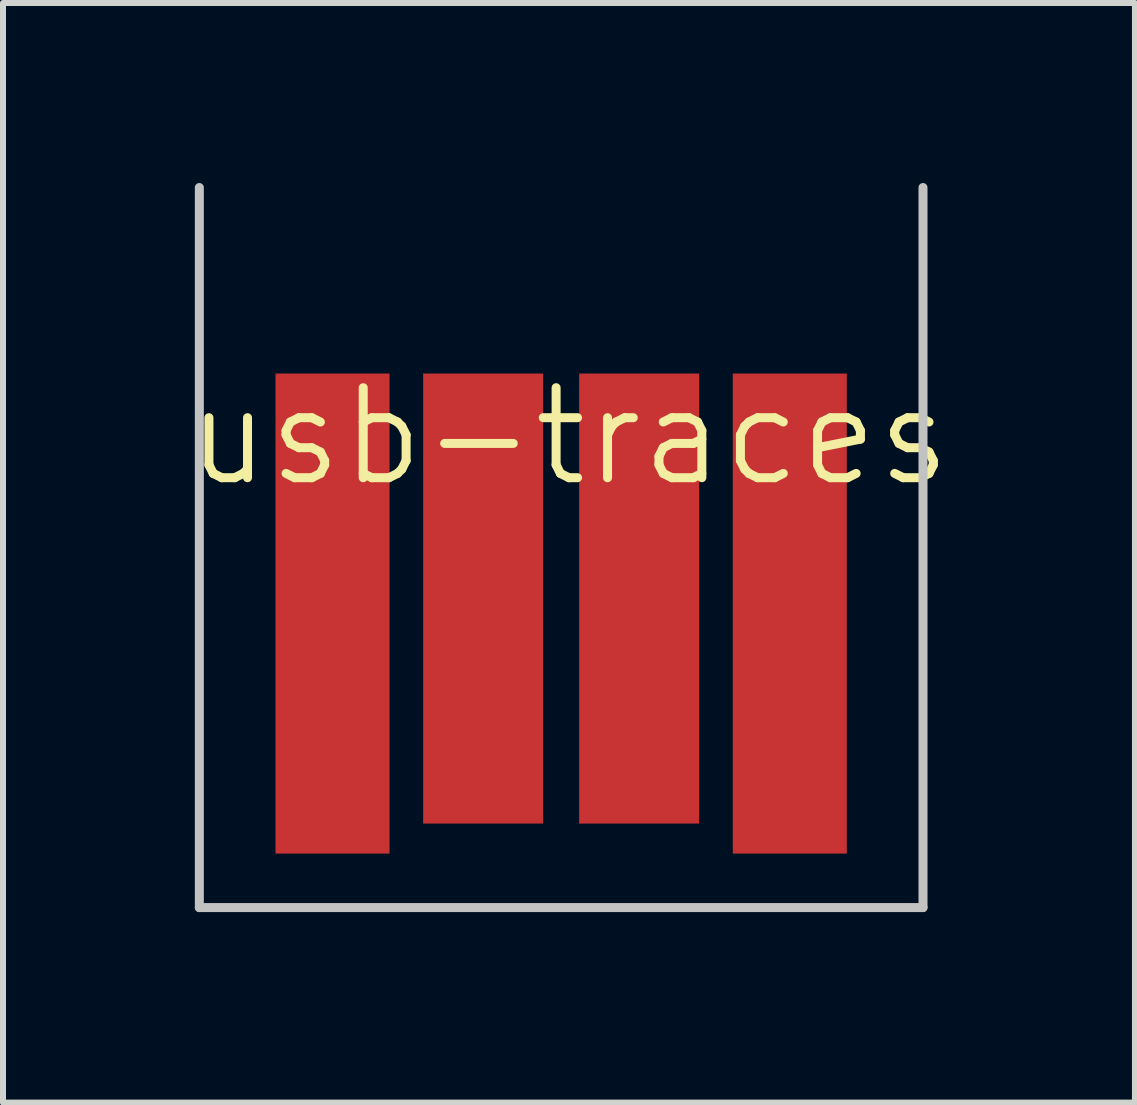
<source format=kicad_pcb>
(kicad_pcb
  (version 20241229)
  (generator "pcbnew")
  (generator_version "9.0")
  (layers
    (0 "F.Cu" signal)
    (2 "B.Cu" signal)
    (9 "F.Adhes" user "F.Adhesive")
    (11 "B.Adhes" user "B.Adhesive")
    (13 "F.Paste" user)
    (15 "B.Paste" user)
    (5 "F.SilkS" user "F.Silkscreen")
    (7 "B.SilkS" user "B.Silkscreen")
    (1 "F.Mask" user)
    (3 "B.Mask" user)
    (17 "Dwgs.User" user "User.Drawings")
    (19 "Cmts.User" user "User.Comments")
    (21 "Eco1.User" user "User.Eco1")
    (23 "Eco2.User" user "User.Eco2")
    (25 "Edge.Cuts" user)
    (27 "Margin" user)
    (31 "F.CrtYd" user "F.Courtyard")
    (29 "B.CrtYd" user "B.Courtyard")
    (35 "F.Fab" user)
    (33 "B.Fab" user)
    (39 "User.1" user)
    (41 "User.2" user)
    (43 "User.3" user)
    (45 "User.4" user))
  (footprint "usb-traces"
    (layer "F.Cu")
    (at 6.302 12.075)
    (property "Reference" "usb-traces" (at 0.13 -7.85 0) (layer "F.SilkS") (effects (font (size 1.5 1.5) (thickness 0.15))))
    (attr exclude_from_pos_files exclude_from_bom)
    (fp_line (start -6.03 0) (end -6.03 -12) (stroke (width 0.15) (type solid)) (layer "Dwgs.User"))
    (fp_line (start 6.03 0) (end -6.03 0) (stroke (width 0.15) (type solid)) (layer "Dwgs.User"))
    (fp_line (start 6.03 0) (end 6.03 -12) (stroke (width 0.15) (type solid)) (layer "Dwgs.User"))
    (pad "1" connect rect (at 3.81 -4.9) (size 1.9 8) (layers "F.Cu" "F.Mask"))
    (pad "2" connect rect (at 1.3 -5.15) (size 2 7.5) (layers "F.Cu" "F.Mask"))
    (pad "3" connect rect (at -1.3 -5.15) (size 2 7.5) (layers "F.Cu" "F.Mask"))
    (pad "4" connect rect (at -3.81 -4.9) (size 1.9 8) (layers "F.Cu" "F.Mask")))
  (gr_rect
    (start -3 -3)
    (end 15.864 15.325)
    (stroke (width 0.1) (type default))
    (fill no)
    (layer "Edge.Cuts")))
</source>
